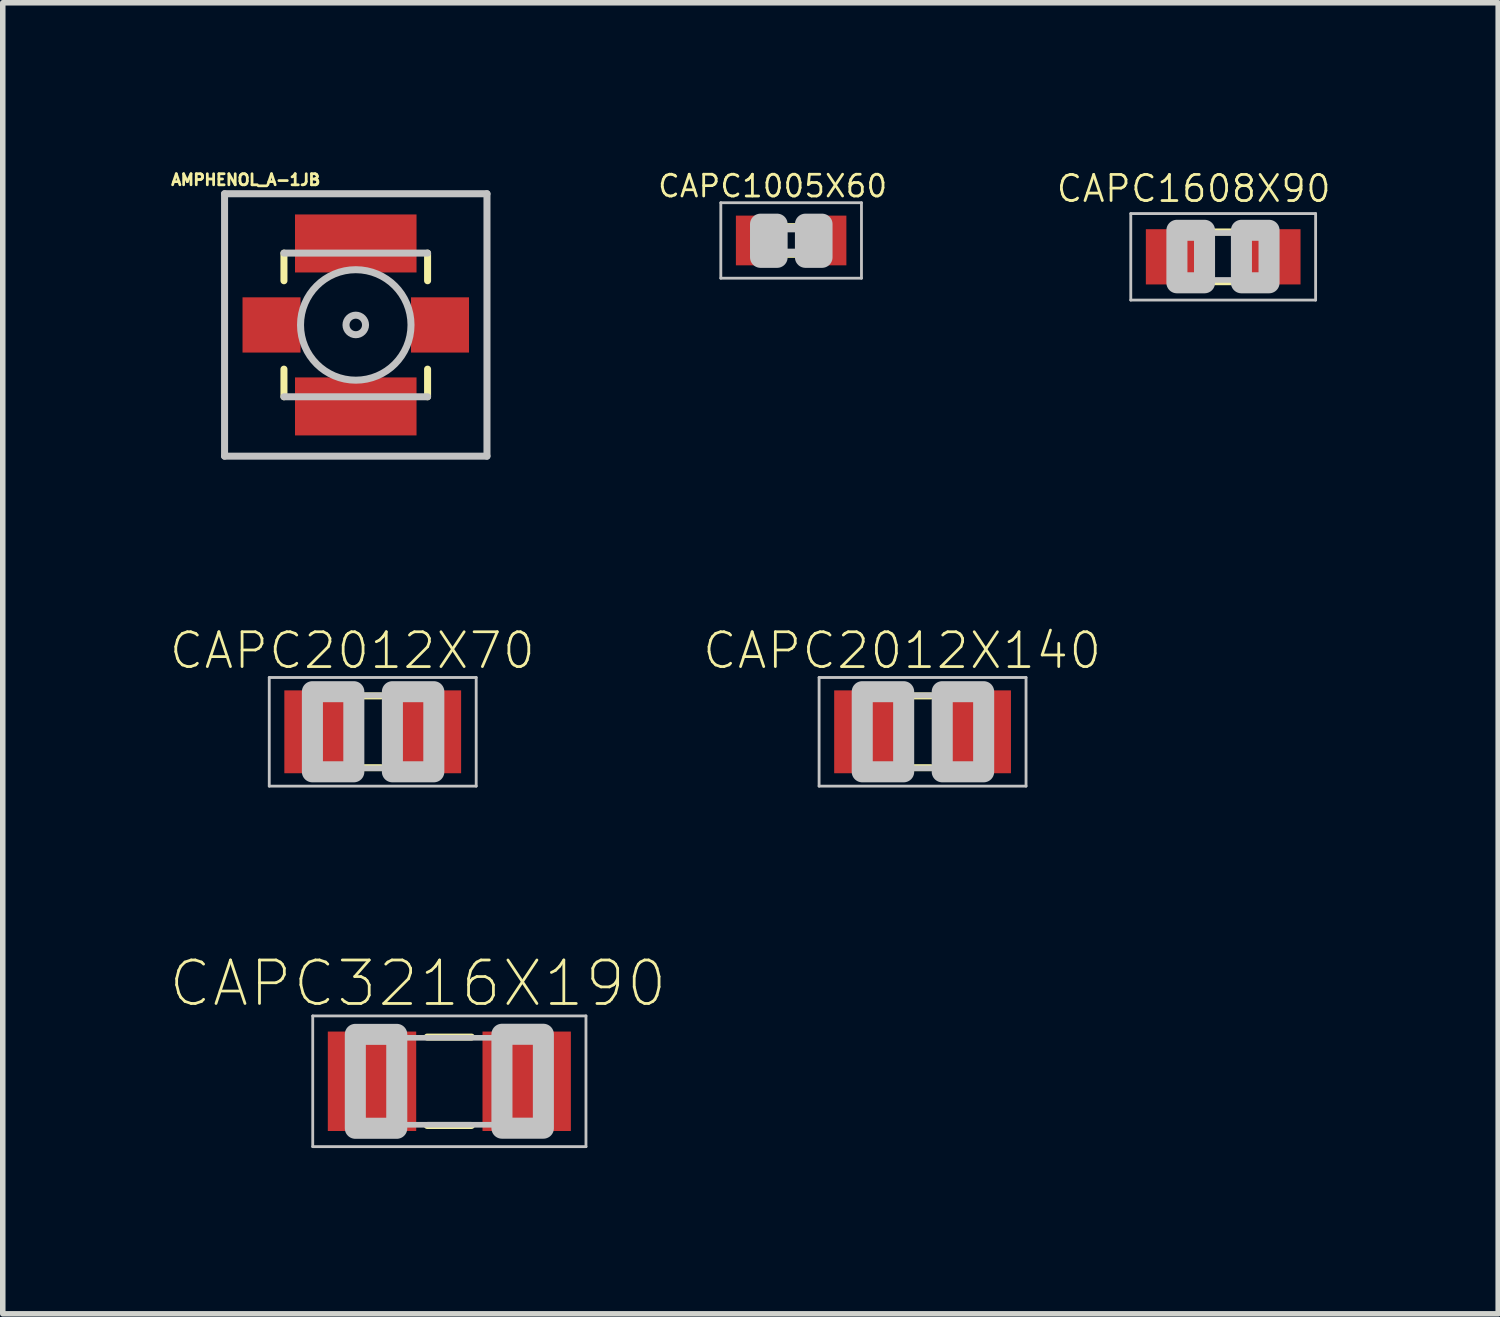
<source format=kicad_pcb>
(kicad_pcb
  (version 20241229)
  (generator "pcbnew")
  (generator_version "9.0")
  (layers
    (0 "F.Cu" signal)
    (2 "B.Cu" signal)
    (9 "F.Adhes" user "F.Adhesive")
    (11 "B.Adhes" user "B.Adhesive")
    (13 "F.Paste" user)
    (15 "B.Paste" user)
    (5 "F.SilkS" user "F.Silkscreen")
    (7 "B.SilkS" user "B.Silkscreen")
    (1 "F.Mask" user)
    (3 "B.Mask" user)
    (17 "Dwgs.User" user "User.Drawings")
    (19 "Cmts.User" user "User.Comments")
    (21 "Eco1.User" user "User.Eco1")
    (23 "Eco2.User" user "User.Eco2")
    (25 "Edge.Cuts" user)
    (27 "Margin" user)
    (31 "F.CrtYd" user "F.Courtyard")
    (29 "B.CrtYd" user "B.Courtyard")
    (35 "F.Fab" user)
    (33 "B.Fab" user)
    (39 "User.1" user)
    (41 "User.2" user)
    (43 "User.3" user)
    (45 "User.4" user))
  (footprint "AMPHENOL_A-1JB"
    (layer "F.Cu")
    (at 3.39 2.832)
    (property "Reference" "AMPHENOL_A-1JB" (at -1.992 -2.627 0) (layer "F.SilkS") (effects (font (size 0.2 0.2) (thickness 0.05))))
    (attr smd)
    (fp_line (start -1.3 -0.8) (end -1.3 -1.3) (stroke (width 0.127) (type solid)) (layer "F.SilkS"))
    (fp_line (start -1.3 1.3) (end -1.3 0.8) (stroke (width 0.127) (type solid)) (layer "F.SilkS"))
    (fp_line (start 1.3 -1.3) (end 1.3 -0.8) (stroke (width 0.127) (type solid)) (layer "F.SilkS"))
    (fp_line (start 1.3 0.8) (end 1.3 1.3) (stroke (width 0.127) (type solid)) (layer "F.SilkS"))
    (fp_line (start -2.375 -2.375) (end 2.375 -2.375) (stroke (width 0.127) (type solid)) (layer "Dwgs.User"))
    (fp_line (start -2.375 2.375) (end -2.375 -2.375) (stroke (width 0.127) (type solid)) (layer "Dwgs.User"))
    (fp_line (start -1.3 -1.3) (end 1.3 -1.3) (stroke (width 0.127) (type solid)) (layer "Dwgs.User"))
    (fp_line (start 1.3 1.3) (end -1.3 1.3) (stroke (width 0.127) (type solid)) (layer "Dwgs.User"))
    (fp_line (start 2.375 -2.375) (end 2.375 2.375) (stroke (width 0.127) (type solid)) (layer "Dwgs.User"))
    (fp_line (start 2.375 2.375) (end -2.375 2.375) (stroke (width 0.127) (type solid)) (layer "Dwgs.User"))
    (fp_circle (center 0 0) (end 0.177 0) (stroke (width 0.127) (type solid)) (fill no) (layer "Dwgs.User"))
    (fp_circle (center 0 0) (end 1 0) (stroke (width 0.127) (type solid)) (fill no) (layer "Dwgs.User"))
    (pad "GND1" smd rect (at 0 -1.475) (size 2.2 1.05) (layers "F.Cu" "F.Mask" "F.Paste"))
    (pad "GND2" smd rect (at 0 1.475) (size 2.2 1.05) (layers "F.Cu" "F.Mask" "F.Paste"))
    (pad "OPTI" smd rect (at -1.525 0) (size 1.05 1) (layers "F.Cu" "F.Mask" "F.Paste"))
    (pad "SIGN" smd rect (at 1.525 0) (size 1.05 1) (layers "F.Cu" "F.Mask" "F.Paste")))
  (footprint "CAPC3216X190"
    (layer "F.Cu")
    (at 5.084 16.523)
    (property "Reference" "CAPC3216X190" (at -0.57 -1.77 0) (layer "F.SilkS") (effects (font (size 0.787 0.787) (thickness 0.05))))
    (attr smd)
    (fp_line (start -0.4 -0.8) (end 0.4 -0.8) (stroke (width 0.127) (type solid)) (layer "F.SilkS"))
    (fp_line (start -0.4 0.8) (end 0.4 0.8) (stroke (width 0.127) (type solid)) (layer "F.SilkS"))
    (fp_line (start -2.473 -1.183) (end 2.473 -1.183) (stroke (width 0.051) (type solid)) (layer "Dwgs.User"))
    (fp_line (start -2.473 1.183) (end -2.473 -1.183) (stroke (width 0.051) (type solid)) (layer "Dwgs.User"))
    (fp_line (start -0.965 -0.787) (end 0.965 -0.787) (stroke (width 0.102) (type solid)) (layer "Dwgs.User"))
    (fp_line (start -0.965 0.787) (end 0.965 0.787) (stroke (width 0.102) (type solid)) (layer "Dwgs.User"))
    (fp_line (start 2.473 -1.183) (end 2.473 1.183) (stroke (width 0.051) (type solid)) (layer "Dwgs.User"))
    (fp_line (start 2.473 1.183) (end -2.473 1.183) (stroke (width 0.051) (type solid)) (layer "Dwgs.User"))
    (fp_poly (pts (xy -1.702 -0.849) (xy -0.952 -0.849) (xy -0.952 0.851) (xy -1.702 0.851)) (stroke (width 0.381) (type solid)) (fill no) (layer "Dwgs.User"))
    (fp_poly (pts (xy 0.952 -0.851) (xy 1.702 -0.851) (xy 1.702 0.849) (xy 0.952 0.849)) (stroke (width 0.381) (type solid)) (fill no) (layer "Dwgs.User"))
    (pad "1" smd rect (at -1.4 0) (size 1.6 1.8) (layers "F.Cu" "F.Mask" "F.Paste"))
    (pad "2" smd rect (at 1.4 0) (size 1.6 1.8) (layers "F.Cu" "F.Mask" "F.Paste")))
  (footprint "CAPC2012X140"
    (layer "F.Cu")
    (at 13.65 10.197)
    (property "Reference" "CAPC2012X140" (at -0.37 -1.47 0) (layer "F.SilkS") (effects (font (size 0.63 0.63) (thickness 0.05))))
    (attr smd)
    (fp_line (start -0.15 -0.65) (end 0.15 -0.65) (stroke (width 0.127) (type solid)) (layer "F.SilkS"))
    (fp_line (start -0.15 0.65) (end 0.15 0.65) (stroke (width 0.127) (type solid)) (layer "F.SilkS"))
    (fp_line (start -1.873 -0.983) (end 1.873 -0.983) (stroke (width 0.051) (type solid)) (layer "Dwgs.User"))
    (fp_line (start -1.873 0.983) (end -1.873 -0.983) (stroke (width 0.051) (type solid)) (layer "Dwgs.User"))
    (fp_line (start -0.381 -0.66) (end 0.381 -0.66) (stroke (width 0.102) (type solid)) (layer "Dwgs.User"))
    (fp_line (start -0.356 0.66) (end 0.381 0.66) (stroke (width 0.102) (type solid)) (layer "Dwgs.User"))
    (fp_line (start 1.873 -0.983) (end 1.873 0.983) (stroke (width 0.051) (type solid)) (layer "Dwgs.User"))
    (fp_line (start 1.873 0.983) (end -1.873 0.983) (stroke (width 0.051) (type solid)) (layer "Dwgs.User"))
    (fp_poly (pts (xy -1.092 -0.726) (xy -0.342 -0.726) (xy -0.342 0.724) (xy -1.092 0.724)) (stroke (width 0.381) (type solid)) (fill no) (layer "Dwgs.User"))
    (fp_poly (pts (xy 0.356 -0.726) (xy 1.106 -0.726) (xy 1.106 0.724) (xy 0.356 0.724)) (stroke (width 0.381) (type solid)) (fill no) (layer "Dwgs.User"))
    (pad "1" smd rect (at -0.95 0) (size 1.3 1.5) (layers "F.Cu" "F.Mask" "F.Paste"))
    (pad "2" smd rect (at 0.95 0) (size 1.3 1.5) (layers "F.Cu" "F.Mask" "F.Paste")))
  (footprint "CAPC1608X90"
    (layer "F.Cu")
    (at 19.092 1.599)
    (property "Reference" "CAPC1608X90" (at -0.535 -1.235 0) (layer "F.SilkS") (effects (font (size 0.472 0.472) (thickness 0.05))))
    (attr smd)
    (fp_line (start -0.15 -0.45) (end 0.15 -0.45) (stroke (width 0.127) (type solid)) (layer "F.SilkS"))
    (fp_line (start -0.15 0.45) (end 0.15 0.45) (stroke (width 0.127) (type solid)) (layer "F.SilkS"))
    (fp_line (start -1.673 -0.783) (end 1.673 -0.783) (stroke (width 0.051) (type solid)) (layer "Dwgs.User"))
    (fp_line (start -1.673 0.783) (end -1.673 -0.783) (stroke (width 0.051) (type solid)) (layer "Dwgs.User"))
    (fp_line (start -0.356 -0.432) (end 0.356 -0.432) (stroke (width 0.102) (type solid)) (layer "Dwgs.User"))
    (fp_line (start -0.356 0.419) (end 0.356 0.419) (stroke (width 0.102) (type solid)) (layer "Dwgs.User"))
    (fp_line (start 1.673 -0.783) (end 1.673 0.783) (stroke (width 0.051) (type solid)) (layer "Dwgs.User"))
    (fp_line (start 1.673 0.783) (end -1.673 0.783) (stroke (width 0.051) (type solid)) (layer "Dwgs.User"))
    (fp_poly (pts (xy -0.838 -0.48) (xy -0.338 -0.48) (xy -0.338 0.47) (xy -0.838 0.47)) (stroke (width 0.381) (type solid)) (fill no) (layer "Dwgs.User"))
    (fp_poly (pts (xy 0.33 -0.48) (xy 0.83 -0.48) (xy 0.83 0.47) (xy 0.33 0.47)) (stroke (width 0.381) (type solid)) (fill no) (layer "Dwgs.User"))
    (pad "1" smd rect (at -0.85 0) (size 1.1 1) (layers "F.Cu" "F.Mask" "F.Paste"))
    (pad "2" smd rect (at 0.85 0) (size 1.1 1) (layers "F.Cu" "F.Mask" "F.Paste")))
  (footprint "CAPC1005X60"
    (layer "F.Cu")
    (at 11.271 1.303)
    (property "Reference" "CAPC1005X60" (at -0.335 -0.985 0) (layer "F.SilkS") (effects (font (size 0.394 0.394) (thickness 0.05))))
    (attr smd)
    (fp_line (start -0.15 -0.25) (end 0.15 -0.25) (stroke (width 0.127) (type solid)) (layer "F.SilkS"))
    (fp_line (start -0.15 0.25) (end 0.15 0.25) (stroke (width 0.127) (type solid)) (layer "F.SilkS"))
    (fp_line (start -1.273 -0.683) (end 1.273 -0.683) (stroke (width 0.051) (type solid)) (layer "Dwgs.User"))
    (fp_line (start -1.273 0.683) (end -1.273 -0.683) (stroke (width 0.051) (type solid)) (layer "Dwgs.User"))
    (fp_line (start -0.245 -0.224) (end 0.245 -0.224) (stroke (width 0.152) (type solid)) (layer "Dwgs.User"))
    (fp_line (start 0.245 0.224) (end -0.245 0.224) (stroke (width 0.152) (type solid)) (layer "Dwgs.User"))
    (fp_line (start 1.273 -0.683) (end 1.273 0.683) (stroke (width 0.051) (type solid)) (layer "Dwgs.User"))
    (fp_line (start 1.273 0.683) (end -1.273 0.683) (stroke (width 0.051) (type solid)) (layer "Dwgs.User"))
    (fp_poly (pts (xy -0.554 -0.295) (xy -0.254 -0.295) (xy -0.254 0.305) (xy -0.554 0.305)) (stroke (width 0.381) (type solid)) (fill no) (layer "Dwgs.User"))
    (fp_poly (pts (xy 0.259 -0.295) (xy 0.559 -0.295) (xy 0.559 0.305) (xy 0.259 0.305)) (stroke (width 0.381) (type solid)) (fill no) (layer "Dwgs.User"))
    (pad "1" smd rect (at -0.65 0) (size 0.7 0.9) (layers "F.Cu" "F.Mask" "F.Paste"))
    (pad "2" smd rect (at 0.65 0) (size 0.7 0.9) (layers "F.Cu" "F.Mask" "F.Paste")))
  (footprint "CAPC2012X70"
    (layer "F.Cu")
    (at 3.697 10.197)
    (property "Reference" "CAPC2012X70" (at -0.37 -1.47 0) (layer "F.SilkS") (effects (font (size 0.63 0.63) (thickness 0.05))))
    (attr smd)
    (fp_line (start -0.15 -0.65) (end 0.15 -0.65) (stroke (width 0.127) (type solid)) (layer "F.SilkS"))
    (fp_line (start -0.15 0.65) (end 0.15 0.65) (stroke (width 0.127) (type solid)) (layer "F.SilkS"))
    (fp_line (start -1.873 -0.983) (end 1.873 -0.983) (stroke (width 0.051) (type solid)) (layer "Dwgs.User"))
    (fp_line (start -1.873 0.983) (end -1.873 -0.983) (stroke (width 0.051) (type solid)) (layer "Dwgs.User"))
    (fp_line (start -0.381 -0.66) (end 0.381 -0.66) (stroke (width 0.102) (type solid)) (layer "Dwgs.User"))
    (fp_line (start -0.356 0.66) (end 0.381 0.66) (stroke (width 0.102) (type solid)) (layer "Dwgs.User"))
    (fp_line (start 1.873 -0.983) (end 1.873 0.983) (stroke (width 0.051) (type solid)) (layer "Dwgs.User"))
    (fp_line (start 1.873 0.983) (end -1.873 0.983) (stroke (width 0.051) (type solid)) (layer "Dwgs.User"))
    (fp_poly (pts (xy -1.092 -0.726) (xy -0.342 -0.726) (xy -0.342 0.724) (xy -1.092 0.724)) (stroke (width 0.381) (type solid)) (fill no) (layer "Dwgs.User"))
    (fp_poly (pts (xy 0.356 -0.726) (xy 1.106 -0.726) (xy 1.106 0.724) (xy 0.356 0.724)) (stroke (width 0.381) (type solid)) (fill no) (layer "Dwgs.User"))
    (pad "1" smd rect (at -0.95 0) (size 1.3 1.5) (layers "F.Cu" "F.Mask" "F.Paste"))
    (pad "2" smd rect (at 0.95 0) (size 1.3 1.5) (layers "F.Cu" "F.Mask" "F.Paste")))
  (gr_rect
    (start -3 -3)
    (end 24.07 20.732)
    (stroke (width 0.1) (type default))
    (fill no)
    (layer "Edge.Cuts")))
</source>
